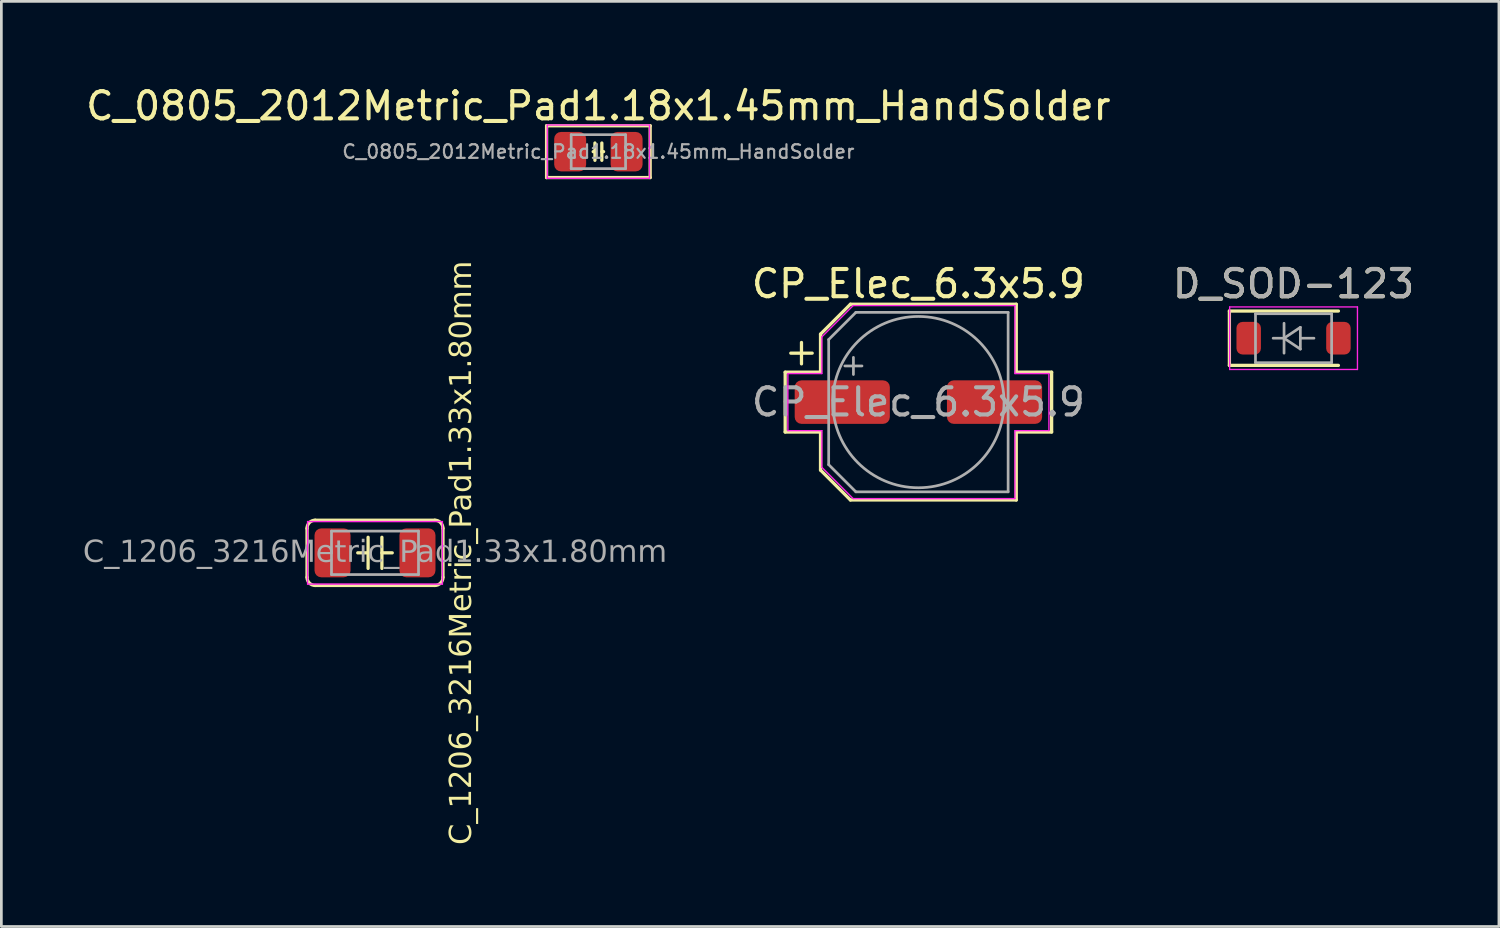
<source format=kicad_pcb>
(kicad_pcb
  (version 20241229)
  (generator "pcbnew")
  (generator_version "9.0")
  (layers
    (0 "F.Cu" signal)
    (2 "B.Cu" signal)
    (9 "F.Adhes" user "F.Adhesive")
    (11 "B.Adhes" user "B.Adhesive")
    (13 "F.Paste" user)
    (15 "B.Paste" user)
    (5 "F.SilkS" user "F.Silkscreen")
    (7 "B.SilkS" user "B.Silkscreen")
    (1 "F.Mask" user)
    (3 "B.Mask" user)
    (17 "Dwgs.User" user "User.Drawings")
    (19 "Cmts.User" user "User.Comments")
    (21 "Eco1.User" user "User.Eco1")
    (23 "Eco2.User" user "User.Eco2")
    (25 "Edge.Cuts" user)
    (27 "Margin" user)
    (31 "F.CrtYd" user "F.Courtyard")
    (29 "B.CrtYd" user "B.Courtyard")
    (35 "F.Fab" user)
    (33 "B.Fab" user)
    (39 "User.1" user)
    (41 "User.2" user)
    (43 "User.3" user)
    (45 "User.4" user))
  (footprint "C_1206_3216Metric_Pad1.33x1.80mm"
    (layer "F.Cu")
    (at 10.742 17.283)
    (property "Reference" "C_1206_3216Metric_Pad1.33x1.80mm" (at 3.2 0 90) (layer "F.SilkS") (effects (font (face "PT Mono") (size 0.8 0.8) (thickness 0.15))))
    (attr smd)
    (fp_line (start -2.5 -0.9) (end -2.5 0.9) (stroke (width 0.12) (type solid)) (layer "F.SilkS"))
    (fp_line (start -2.2 1.2) (end 2.2 1.2) (stroke (width 0.12) (type solid)) (layer "F.SilkS"))
    (fp_line (start -0.254 -0.572) (end -0.254 0.572) (stroke (width 0.12) (type solid)) (layer "F.SilkS"))
    (fp_line (start -0.254 0) (end -0.635 0) (stroke (width 0.12) (type solid)) (layer "F.SilkS"))
    (fp_line (start 0.254 -0.572) (end 0.254 0.572) (stroke (width 0.12) (type solid)) (layer "F.SilkS"))
    (fp_line (start 0.254 0) (end 0.635 0) (stroke (width 0.12) (type solid)) (layer "F.SilkS"))
    (fp_line (start 2.2 -1.2) (end -2.2 -1.2) (stroke (width 0.12) (type solid)) (layer "F.SilkS"))
    (fp_line (start 2.5 -0.9) (end 2.5 0.9) (stroke (width 0.12) (type solid)) (layer "F.SilkS"))
    (fp_arc (start -2.5 -0.9) (mid -2.412132 -1.112132) (end -2.2 -1.2) (stroke (width 0.12) (type default)) (layer "F.SilkS"))
    (fp_arc (start -2.2 1.2) (mid -2.412132 1.112132) (end -2.5 0.9) (stroke (width 0.12) (type default)) (layer "F.SilkS"))
    (fp_arc (start 2.2 -1.2) (mid 2.412132 -1.112132) (end 2.5 -0.9) (stroke (width 0.12) (type default)) (layer "F.SilkS"))
    (fp_arc (start 2.5 0.9) (mid 2.412132 1.112132) (end 2.2 1.2) (stroke (width 0.12) (type default)) (layer "F.SilkS"))
    (fp_line (start -2.48 -1.15) (end 2.48 -1.15) (stroke (width 0.05) (type solid)) (layer "F.CrtYd"))
    (fp_line (start -2.48 1.15) (end -2.48 -1.15) (stroke (width 0.05) (type solid)) (layer "F.CrtYd"))
    (fp_line (start 2.48 -1.15) (end 2.48 1.15) (stroke (width 0.05) (type solid)) (layer "F.CrtYd"))
    (fp_line (start 2.48 1.15) (end -2.48 1.15) (stroke (width 0.05) (type solid)) (layer "F.CrtYd"))
    (fp_line (start -1.6 -0.8) (end 1.6 -0.8) (stroke (width 0.1) (type solid)) (layer "F.Fab"))
    (fp_line (start -1.6 0.8) (end -1.6 -0.8) (stroke (width 0.1) (type solid)) (layer "F.Fab"))
    (fp_line (start 1.6 -0.8) (end 1.6 0.8) (stroke (width 0.1) (type solid)) (layer "F.Fab"))
    (fp_line (start 1.6 0.8) (end -1.6 0.8) (stroke (width 0.1) (type solid)) (layer "F.Fab"))
    (fp_text user "${REFERENCE}" (at 0 0 0) (layer "F.Fab") (effects (font (face "PT Mono") (size 0.8 0.8) (thickness 0.15))))
    (pad "1" smd roundrect (at -1.562 0) (size 1.325 1.8) (layers "F.Cu" "F.Mask" "F.Paste") (roundrect_rratio 0.189))
    (pad "2" smd roundrect (at 1.562 0) (size 1.325 1.8) (layers "F.Cu" "F.Mask" "F.Paste") (roundrect_rratio 0.189)))
  (footprint "CP_Elec_6.3x5.9"
    (layer "F.Cu")
    (at 30.728 11.739)
    (property "Reference" "CP_Elec_6.3x5.9" (at 0 -4.35 0) (layer "F.SilkS") (effects (font (size 1 1) (thickness 0.15))))
    (attr smd)
    (fp_line (start -4.9 -1.1) (end -4.9 1.1) (stroke (width 0.12) (type solid)) (layer "F.SilkS"))
    (fp_line (start -4.9 1.1) (end -3.6 1.1) (stroke (width 0.12) (type solid)) (layer "F.SilkS"))
    (fp_line (start -4.694 -1.8) (end -3.906 -1.8) (stroke (width 0.12) (type solid)) (layer "F.SilkS"))
    (fp_line (start -4.3 -2.194) (end -4.3 -1.406) (stroke (width 0.12) (type solid)) (layer "F.SilkS"))
    (fp_line (start -3.6 -2.5) (end -3.6 -1.1) (stroke (width 0.12) (type solid)) (layer "F.SilkS"))
    (fp_line (start -3.6 -1.1) (end -4.9 -1.1) (stroke (width 0.12) (type solid)) (layer "F.SilkS"))
    (fp_line (start -3.6 1.1) (end -3.6 2.5) (stroke (width 0.12) (type solid)) (layer "F.SilkS"))
    (fp_line (start -3.6 2.5) (end -2.5 3.6) (stroke (width 0.12) (type solid)) (layer "F.SilkS"))
    (fp_line (start -2.5 -3.6) (end -3.6 -2.5) (stroke (width 0.12) (type solid)) (layer "F.SilkS"))
    (fp_line (start -2.5 3.6) (end 3.6 3.6) (stroke (width 0.12) (type solid)) (layer "F.SilkS"))
    (fp_line (start 3.6 -3.6) (end -2.5 -3.6) (stroke (width 0.12) (type solid)) (layer "F.SilkS"))
    (fp_line (start 3.6 -1.1) (end 3.6 -3.6) (stroke (width 0.12) (type solid)) (layer "F.SilkS"))
    (fp_line (start 3.6 1.1) (end 4.9 1.1) (stroke (width 0.12) (type solid)) (layer "F.SilkS"))
    (fp_line (start 3.6 3.6) (end 3.6 1.1) (stroke (width 0.12) (type solid)) (layer "F.SilkS"))
    (fp_line (start 4.9 -1.1) (end 3.6 -1.1) (stroke (width 0.12) (type solid)) (layer "F.SilkS"))
    (fp_line (start 4.9 1.1) (end 4.9 -1.1) (stroke (width 0.12) (type solid)) (layer "F.SilkS"))
    (fp_line (start -4.8 -1.05) (end -4.8 1.05) (stroke (width 0.05) (type solid)) (layer "F.CrtYd"))
    (fp_line (start -4.8 1.05) (end -3.55 1.05) (stroke (width 0.05) (type solid)) (layer "F.CrtYd"))
    (fp_line (start -3.55 -2.4) (end -3.55 -1.05) (stroke (width 0.05) (type solid)) (layer "F.CrtYd"))
    (fp_line (start -3.55 -2.4) (end -2.4 -3.55) (stroke (width 0.05) (type solid)) (layer "F.CrtYd"))
    (fp_line (start -3.55 -1.05) (end -4.8 -1.05) (stroke (width 0.05) (type solid)) (layer "F.CrtYd"))
    (fp_line (start -3.55 1.05) (end -3.55 2.4) (stroke (width 0.05) (type solid)) (layer "F.CrtYd"))
    (fp_line (start -3.55 2.4) (end -2.4 3.55) (stroke (width 0.05) (type solid)) (layer "F.CrtYd"))
    (fp_line (start -2.4 -3.55) (end 3.55 -3.55) (stroke (width 0.05) (type solid)) (layer "F.CrtYd"))
    (fp_line (start -2.4 3.55) (end 3.55 3.55) (stroke (width 0.05) (type solid)) (layer "F.CrtYd"))
    (fp_line (start 3.55 -3.55) (end 3.55 -1.05) (stroke (width 0.05) (type solid)) (layer "F.CrtYd"))
    (fp_line (start 3.55 -1.05) (end 4.8 -1.05) (stroke (width 0.05) (type solid)) (layer "F.CrtYd"))
    (fp_line (start 3.55 1.05) (end 3.55 3.55) (stroke (width 0.05) (type solid)) (layer "F.CrtYd"))
    (fp_line (start 4.8 -1.05) (end 4.8 1.05) (stroke (width 0.05) (type solid)) (layer "F.CrtYd"))
    (fp_line (start 4.8 1.05) (end 3.55 1.05) (stroke (width 0.05) (type solid)) (layer "F.CrtYd"))
    (fp_line (start -3.3 -2.3) (end -3.3 2.3) (stroke (width 0.1) (type solid)) (layer "F.Fab"))
    (fp_line (start -3.3 -2.3) (end -2.3 -3.3) (stroke (width 0.1) (type solid)) (layer "F.Fab"))
    (fp_line (start -3.3 2.3) (end -2.3 3.3) (stroke (width 0.1) (type solid)) (layer "F.Fab"))
    (fp_line (start -2.705 -1.33) (end -2.075 -1.33) (stroke (width 0.1) (type solid)) (layer "F.Fab"))
    (fp_line (start -2.39 -1.645) (end -2.39 -1.015) (stroke (width 0.1) (type solid)) (layer "F.Fab"))
    (fp_line (start -2.3 -3.3) (end 3.3 -3.3) (stroke (width 0.1) (type solid)) (layer "F.Fab"))
    (fp_line (start -2.3 3.3) (end 3.3 3.3) (stroke (width 0.1) (type solid)) (layer "F.Fab"))
    (fp_line (start 3.3 -3.3) (end 3.3 3.3) (stroke (width 0.1) (type solid)) (layer "F.Fab"))
    (fp_circle (center 0 0) (end 3.15 0) (stroke (width 0.1) (type solid)) (fill no) (layer "F.Fab"))
    (fp_text user "${REFERENCE}" (at 0 0 0) (layer "F.Fab") (effects (font (size 1 1) (thickness 0.15))))
    (pad "1" smd roundrect (at -2.8 0) (size 3.5 1.6) (layers "F.Cu" "F.Mask" "F.Paste") (roundrect_rratio 0.156))
    (pad "2" smd roundrect (at 2.8 0) (size 3.5 1.6) (layers "F.Cu" "F.Mask" "F.Paste") (roundrect_rratio 0.156)))
  (footprint "C_0805_2012Metric_Pad1.18x1.45mm_HandSolder"
    (layer "F.Cu")
    (at 18.958 2.528)
    (property "Reference" "C_0805_2012Metric_Pad1.18x1.45mm_HandSolder" (at 0 -1.68 0) (layer "F.SilkS") (effects (font (size 1 1) (thickness 0.15))))
    (attr smd)
    (fp_line (start -1.905 -0.953) (end -1.905 -0.889) (stroke (width 0.12) (type solid)) (layer "F.SilkS"))
    (fp_line (start -1.905 -0.889) (end -1.905 0.953) (stroke (width 0.12) (type solid)) (layer "F.SilkS"))
    (fp_line (start -1.905 0.953) (end 1.905 0.953) (stroke (width 0.12) (type solid)) (layer "F.SilkS"))
    (fp_line (start -0.127 -0.318) (end -0.127 0.318) (stroke (width 0.12) (type solid)) (layer "F.SilkS"))
    (fp_line (start -0.127 0) (end -0.191 0) (stroke (width 0.12) (type solid)) (layer "F.SilkS"))
    (fp_line (start 0.127 0) (end 0.191 0) (stroke (width 0.12) (type solid)) (layer "F.SilkS"))
    (fp_line (start 0.127 0.318) (end 0.127 -0.318) (stroke (width 0.12) (type solid)) (layer "F.SilkS"))
    (fp_line (start 1.905 -0.953) (end -1.905 -0.953) (stroke (width 0.12) (type solid)) (layer "F.SilkS"))
    (fp_line (start 1.905 0.953) (end 1.905 -0.953) (stroke (width 0.12) (type solid)) (layer "F.SilkS"))
    (fp_line (start -1.88 -0.98) (end 1.88 -0.98) (stroke (width 0.05) (type solid)) (layer "F.CrtYd"))
    (fp_line (start -1.88 0.98) (end -1.88 -0.98) (stroke (width 0.05) (type solid)) (layer "F.CrtYd"))
    (fp_line (start 1.88 -0.98) (end 1.88 0.98) (stroke (width 0.05) (type solid)) (layer "F.CrtYd"))
    (fp_line (start 1.88 0.98) (end -1.88 0.98) (stroke (width 0.05) (type solid)) (layer "F.CrtYd"))
    (fp_line (start -1 -0.625) (end 1 -0.625) (stroke (width 0.1) (type solid)) (layer "F.Fab"))
    (fp_line (start -1 0.625) (end -1 -0.625) (stroke (width 0.1) (type solid)) (layer "F.Fab"))
    (fp_line (start 1 -0.625) (end 1 0.625) (stroke (width 0.1) (type solid)) (layer "F.Fab"))
    (fp_line (start 1 0.625) (end -1 0.625) (stroke (width 0.1) (type solid)) (layer "F.Fab"))
    (fp_text user "${REFERENCE}" (at 0 0 0) (layer "F.Fab") (effects (font (size 0.5 0.5) (thickness 0.08))))
    (pad "1" smd roundrect (at -1.038 0) (size 1.175 1.45) (layers "F.Cu" "F.Mask" "F.Paste") (roundrect_rratio 0.213))
    (pad "2" smd roundrect (at 1.038 0) (size 1.175 1.45) (layers "F.Cu" "F.Mask" "F.Paste") (roundrect_rratio 0.213)))
  (footprint "D_SOD-123"
    (layer "F.Cu")
    (at 44.526 9.389)
    (property "Reference" "D_SOD-123" (at 0 -2 0) (layer "F.SilkS") (effects (font (size 1 1) (thickness 0.15))))
    (attr smd)
    (fp_line (start -2.36 -1) (end -2.36 1) (stroke (width 0.12) (type solid)) (layer "F.SilkS"))
    (fp_line (start -2.36 -1) (end 1.65 -1) (stroke (width 0.12) (type solid)) (layer "F.SilkS"))
    (fp_line (start -2.36 1) (end 1.65 1) (stroke (width 0.12) (type solid)) (layer "F.SilkS"))
    (fp_line (start -2.35 -1.15) (end -2.35 1.15) (stroke (width 0.05) (type solid)) (layer "F.CrtYd"))
    (fp_line (start -2.35 -1.15) (end 2.35 -1.15) (stroke (width 0.05) (type solid)) (layer "F.CrtYd"))
    (fp_line (start 2.35 -1.15) (end 2.35 1.15) (stroke (width 0.05) (type solid)) (layer "F.CrtYd"))
    (fp_line (start 2.35 1.15) (end -2.35 1.15) (stroke (width 0.05) (type solid)) (layer "F.CrtYd"))
    (fp_line (start -1.4 -0.9) (end 1.4 -0.9) (stroke (width 0.1) (type solid)) (layer "F.Fab"))
    (fp_line (start -1.4 0.9) (end -1.4 -0.9) (stroke (width 0.1) (type solid)) (layer "F.Fab"))
    (fp_line (start -0.75 0) (end -0.35 0) (stroke (width 0.1) (type solid)) (layer "F.Fab"))
    (fp_line (start -0.35 0) (end -0.35 -0.55) (stroke (width 0.1) (type solid)) (layer "F.Fab"))
    (fp_line (start -0.35 0) (end -0.35 0.55) (stroke (width 0.1) (type solid)) (layer "F.Fab"))
    (fp_line (start -0.35 0) (end 0.25 -0.4) (stroke (width 0.1) (type solid)) (layer "F.Fab"))
    (fp_line (start 0.25 -0.4) (end 0.25 0.4) (stroke (width 0.1) (type solid)) (layer "F.Fab"))
    (fp_line (start 0.25 0) (end 0.75 0) (stroke (width 0.1) (type solid)) (layer "F.Fab"))
    (fp_line (start 0.25 0.4) (end -0.35 0) (stroke (width 0.1) (type solid)) (layer "F.Fab"))
    (fp_line (start 1.4 -0.9) (end 1.4 0.9) (stroke (width 0.1) (type solid)) (layer "F.Fab"))
    (fp_line (start 1.4 0.9) (end -1.4 0.9) (stroke (width 0.1) (type solid)) (layer "F.Fab"))
    (fp_text user "${REFERENCE}" (at 0 -2 0) (layer "F.Fab") (effects (font (size 1 1) (thickness 0.15))))
    (pad "1" smd roundrect (at -1.65 0) (size 0.9 1.2) (layers "F.Cu" "F.Mask" "F.Paste") (roundrect_rratio 0.25))
    (pad "2" smd roundrect (at 1.65 0) (size 0.9 1.2) (layers "F.Cu" "F.Mask" "F.Paste") (roundrect_rratio 0.25)))
  (gr_rect
    (start -3 -3)
    (end 52.079 31.025)
    (stroke (width 0.1) (type default))
    (fill no)
    (layer "Edge.Cuts")))
</source>
